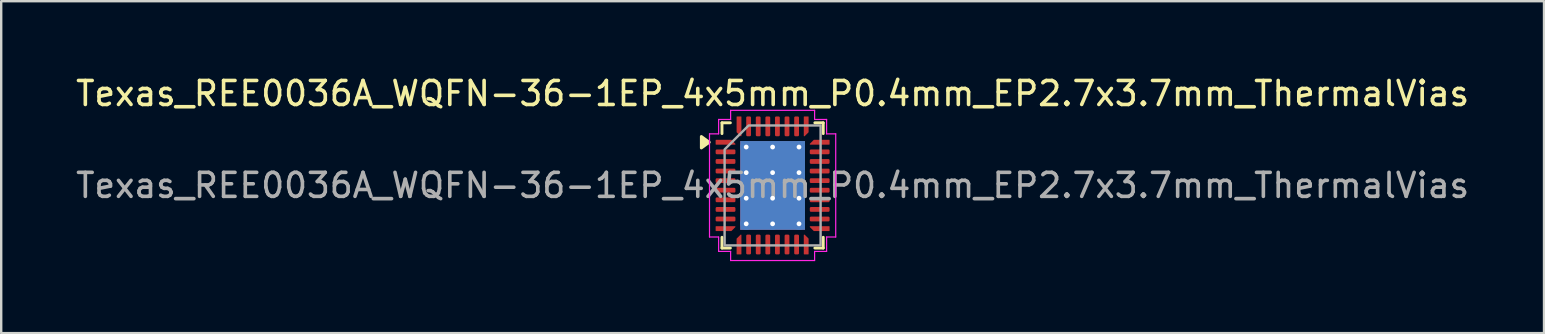
<source format=kicad_pcb>
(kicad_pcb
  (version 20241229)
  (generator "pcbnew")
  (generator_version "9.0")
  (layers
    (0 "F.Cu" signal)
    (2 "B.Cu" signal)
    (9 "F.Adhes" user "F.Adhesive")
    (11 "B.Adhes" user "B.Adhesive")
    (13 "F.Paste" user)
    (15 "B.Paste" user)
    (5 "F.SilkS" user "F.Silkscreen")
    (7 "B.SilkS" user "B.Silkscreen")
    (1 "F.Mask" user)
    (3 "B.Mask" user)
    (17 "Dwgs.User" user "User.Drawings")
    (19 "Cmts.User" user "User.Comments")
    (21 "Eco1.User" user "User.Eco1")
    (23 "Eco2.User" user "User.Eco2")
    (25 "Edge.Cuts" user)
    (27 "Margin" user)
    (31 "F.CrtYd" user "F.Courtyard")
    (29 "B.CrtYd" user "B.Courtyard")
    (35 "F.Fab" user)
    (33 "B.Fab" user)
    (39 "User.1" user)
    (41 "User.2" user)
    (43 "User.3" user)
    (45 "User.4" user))
  (footprint "Texas_REE0036A_WQFN-36-1EP_4x5mm_P0.4mm_EP2.7x3.7mm_ThermalVias"
    (layer "F.Cu")
    (at 29.149 4.678)
    (property "Reference" "Texas_REE0036A_WQFN-36-1EP_4x5mm_P0.4mm_EP2.7x3.7mm_ThermalVias" (at 0 -3.83 0) (layer "F.SilkS") (effects (font (size 1 1) (thickness 0.15))))
    (attr smd)
    (fp_line (start -2.11 -2.61) (end -1.76 -2.61) (stroke (width 0.12) (type solid)) (layer "F.SilkS"))
    (fp_line (start -2.11 -2.16) (end -2.11 -2.61) (stroke (width 0.12) (type solid)) (layer "F.SilkS"))
    (fp_line (start -2.11 2.61) (end -2.11 2.16) (stroke (width 0.12) (type solid)) (layer "F.SilkS"))
    (fp_line (start -1.76 2.61) (end -2.11 2.61) (stroke (width 0.12) (type solid)) (layer "F.SilkS"))
    (fp_line (start 1.76 -2.61) (end 2.11 -2.61) (stroke (width 0.12) (type solid)) (layer "F.SilkS"))
    (fp_line (start 2.11 -2.61) (end 2.11 -2.16) (stroke (width 0.12) (type solid)) (layer "F.SilkS"))
    (fp_line (start 2.11 2.16) (end 2.11 2.61) (stroke (width 0.12) (type solid)) (layer "F.SilkS"))
    (fp_line (start 2.11 2.61) (end 1.76 2.61) (stroke (width 0.12) (type solid)) (layer "F.SilkS"))
    (fp_poly (pts (xy -2.64 -1.8) (xy -2.97 -1.56) (xy -2.97 -2.04)) (stroke (width 0.12) (type solid)) (fill yes) (layer "F.SilkS"))
    (fp_line (start -2.63 -2.15) (end -2.25 -2.15) (stroke (width 0.05) (type solid)) (layer "F.CrtYd"))
    (fp_line (start -2.63 2.15) (end -2.63 -2.15) (stroke (width 0.05) (type solid)) (layer "F.CrtYd"))
    (fp_line (start -2.25 -2.75) (end -1.75 -2.75) (stroke (width 0.05) (type solid)) (layer "F.CrtYd"))
    (fp_line (start -2.25 -2.15) (end -2.25 -2.75) (stroke (width 0.05) (type solid)) (layer "F.CrtYd"))
    (fp_line (start -2.25 2.15) (end -2.63 2.15) (stroke (width 0.05) (type solid)) (layer "F.CrtYd"))
    (fp_line (start -2.25 2.75) (end -2.25 2.15) (stroke (width 0.05) (type solid)) (layer "F.CrtYd"))
    (fp_line (start -1.75 -3.13) (end 1.75 -3.13) (stroke (width 0.05) (type solid)) (layer "F.CrtYd"))
    (fp_line (start -1.75 -2.75) (end -1.75 -3.13) (stroke (width 0.05) (type solid)) (layer "F.CrtYd"))
    (fp_line (start -1.75 2.75) (end -2.25 2.75) (stroke (width 0.05) (type solid)) (layer "F.CrtYd"))
    (fp_line (start -1.75 3.13) (end -1.75 2.75) (stroke (width 0.05) (type solid)) (layer "F.CrtYd"))
    (fp_line (start 1.75 -3.13) (end 1.75 -2.75) (stroke (width 0.05) (type solid)) (layer "F.CrtYd"))
    (fp_line (start 1.75 -2.75) (end 2.25 -2.75) (stroke (width 0.05) (type solid)) (layer "F.CrtYd"))
    (fp_line (start 1.75 2.75) (end 1.75 3.13) (stroke (width 0.05) (type solid)) (layer "F.CrtYd"))
    (fp_line (start 1.75 3.13) (end -1.75 3.13) (stroke (width 0.05) (type solid)) (layer "F.CrtYd"))
    (fp_line (start 2.25 -2.75) (end 2.25 -2.15) (stroke (width 0.05) (type solid)) (layer "F.CrtYd"))
    (fp_line (start 2.25 -2.15) (end 2.63 -2.15) (stroke (width 0.05) (type solid)) (layer "F.CrtYd"))
    (fp_line (start 2.25 2.15) (end 2.25 2.75) (stroke (width 0.05) (type solid)) (layer "F.CrtYd"))
    (fp_line (start 2.25 2.75) (end 1.75 2.75) (stroke (width 0.05) (type solid)) (layer "F.CrtYd"))
    (fp_line (start 2.63 -2.15) (end 2.63 2.15) (stroke (width 0.05) (type solid)) (layer "F.CrtYd"))
    (fp_line (start 2.63 2.15) (end 2.25 2.15) (stroke (width 0.05) (type solid)) (layer "F.CrtYd"))
    (fp_poly (pts (xy -1 -2.5) (xy 2 -2.5) (xy 2 2.5) (xy -2 2.5) (xy -2 -1.5)) (stroke (width 0.1) (type solid)) (fill no) (layer "F.Fab"))
    (fp_text user "${REFERENCE}" (at 0 0 0) (layer "F.Fab") (effects (font (size 1 1) (thickness 0.15))))
    (pad "" smd roundrect (at -0.675 -1.23) (size 1.17 1.07) (layers "F.Paste") (roundrect_rratio 0.234))
    (pad "" smd roundrect (at -0.675 0) (size 1.17 1.07) (layers "F.Paste") (roundrect_rratio 0.234))
    (pad "" smd roundrect (at -0.675 1.23) (size 1.17 1.07) (layers "F.Paste") (roundrect_rratio 0.234))
    (pad "" smd roundrect (at 0.675 -1.23) (size 1.17 1.07) (layers "F.Paste") (roundrect_rratio 0.234))
    (pad "" smd roundrect (at 0.675 0) (size 1.17 1.07) (layers "F.Paste") (roundrect_rratio 0.234))
    (pad "" smd roundrect (at 0.675 1.23) (size 1.17 1.07) (layers "F.Paste") (roundrect_rratio 0.234))
    (pad "1" smd custom (at -1.962 -1.8) (size 0.082 0.082) (layers "F.Cu" "F.Mask" "F.Paste") (options (anchor circle)) (primitives (gr_poly (pts (xy -0.396 -0.084) (xy 0.239 -0.084) (xy 0.396 0.074) (xy 0.396 0.084) (xy -0.396 0.084)) (width 0.033) (fill yes))))
    (pad "2" smd roundrect (at -1.962 -1.4) (size 0.825 0.2) (layers "F.Cu" "F.Mask" "F.Paste") (roundrect_rratio 0.25))
    (pad "3" smd roundrect (at -1.962 -1) (size 0.825 0.2) (layers "F.Cu" "F.Mask" "F.Paste") (roundrect_rratio 0.25))
    (pad "4" smd roundrect (at -1.962 -0.6) (size 0.825 0.2) (layers "F.Cu" "F.Mask" "F.Paste") (roundrect_rratio 0.25))
    (pad "5" smd roundrect (at -1.962 -0.2) (size 0.825 0.2) (layers "F.Cu" "F.Mask" "F.Paste") (roundrect_rratio 0.25))
    (pad "6" smd roundrect (at -1.962 0.2) (size 0.825 0.2) (layers "F.Cu" "F.Mask" "F.Paste") (roundrect_rratio 0.25))
    (pad "7" smd roundrect (at -1.962 0.6) (size 0.825 0.2) (layers "F.Cu" "F.Mask" "F.Paste") (roundrect_rratio 0.25))
    (pad "8" smd roundrect (at -1.962 1) (size 0.825 0.2) (layers "F.Cu" "F.Mask" "F.Paste") (roundrect_rratio 0.25))
    (pad "9" smd roundrect (at -1.962 1.4) (size 0.825 0.2) (layers "F.Cu" "F.Mask" "F.Paste") (roundrect_rratio 0.25))
    (pad "10" smd custom (at -1.962 1.8) (size 0.082 0.082) (layers "F.Cu" "F.Mask" "F.Paste") (options (anchor circle)) (primitives (gr_poly (pts (xy -0.396 -0.084) (xy 0.396 -0.084) (xy 0.396 -0.074) (xy 0.239 0.084) (xy -0.396 0.084)) (width 0.033) (fill yes))))
    (pad "11" smd custom (at -1.4 2.462) (size 0.082 0.082) (layers "F.Cu" "F.Mask" "F.Paste") (options (anchor circle)) (primitives (gr_poly (pts (xy -0.084 -0.239) (xy 0.074 -0.396) (xy 0.084 -0.396) (xy 0.084 0.396) (xy -0.084 0.396)) (width 0.033) (fill yes))))
    (pad "12" smd roundrect (at -1 2.462) (size 0.2 0.825) (layers "F.Cu" "F.Mask" "F.Paste") (roundrect_rratio 0.25))
    (pad "13" smd roundrect (at -0.6 2.462) (size 0.2 0.825) (layers "F.Cu" "F.Mask" "F.Paste") (roundrect_rratio 0.25))
    (pad "14" smd roundrect (at -0.2 2.462) (size 0.2 0.825) (layers "F.Cu" "F.Mask" "F.Paste") (roundrect_rratio 0.25))
    (pad "15" smd roundrect (at 0.2 2.462) (size 0.2 0.825) (layers "F.Cu" "F.Mask" "F.Paste") (roundrect_rratio 0.25))
    (pad "16" smd roundrect (at 0.6 2.462) (size 0.2 0.825) (layers "F.Cu" "F.Mask" "F.Paste") (roundrect_rratio 0.25))
    (pad "17" smd roundrect (at 1 2.462) (size 0.2 0.825) (layers "F.Cu" "F.Mask" "F.Paste") (roundrect_rratio 0.25))
    (pad "18" smd custom (at 1.4 2.462) (size 0.082 0.082) (layers "F.Cu" "F.Mask" "F.Paste") (options (anchor circle)) (primitives (gr_poly (pts (xy -0.084 -0.396) (xy -0.074 -0.396) (xy 0.084 -0.239) (xy 0.084 0.396) (xy -0.084 0.396)) (width 0.033) (fill yes))))
    (pad "19" smd custom (at 1.962 1.8) (size 0.082 0.082) (layers "F.Cu" "F.Mask" "F.Paste") (options (anchor circle)) (primitives (gr_poly (pts (xy -0.396 -0.084) (xy 0.396 -0.084) (xy 0.396 0.084) (xy -0.239 0.084) (xy -0.396 -0.074)) (width 0.033) (fill yes))))
    (pad "20" smd roundrect (at 1.962 1.4) (size 0.825 0.2) (layers "F.Cu" "F.Mask" "F.Paste") (roundrect_rratio 0.25))
    (pad "21" smd roundrect (at 1.962 1) (size 0.825 0.2) (layers "F.Cu" "F.Mask" "F.Paste") (roundrect_rratio 0.25))
    (pad "22" smd roundrect (at 1.962 0.6) (size 0.825 0.2) (layers "F.Cu" "F.Mask" "F.Paste") (roundrect_rratio 0.25))
    (pad "23" smd roundrect (at 1.962 0.2) (size 0.825 0.2) (layers "F.Cu" "F.Mask" "F.Paste") (roundrect_rratio 0.25))
    (pad "24" smd roundrect (at 1.962 -0.2) (size 0.825 0.2) (layers "F.Cu" "F.Mask" "F.Paste") (roundrect_rratio 0.25))
    (pad "25" smd roundrect (at 1.962 -0.6) (size 0.825 0.2) (layers "F.Cu" "F.Mask" "F.Paste") (roundrect_rratio 0.25))
    (pad "26" smd roundrect (at 1.962 -1) (size 0.825 0.2) (layers "F.Cu" "F.Mask" "F.Paste") (roundrect_rratio 0.25))
    (pad "27" smd roundrect (at 1.962 -1.4) (size 0.825 0.2) (layers "F.Cu" "F.Mask" "F.Paste") (roundrect_rratio 0.25))
    (pad "28" smd custom (at 1.962 -1.8) (size 0.082 0.082) (layers "F.Cu" "F.Mask" "F.Paste") (options (anchor circle)) (primitives (gr_poly (pts (xy -0.396 0.074) (xy -0.239 -0.084) (xy 0.396 -0.084) (xy 0.396 0.084) (xy -0.396 0.084)) (width 0.033) (fill yes))))
    (pad "29" smd custom (at 1.4 -2.462) (size 0.082 0.082) (layers "F.Cu" "F.Mask" "F.Paste") (options (anchor circle)) (primitives (gr_poly (pts (xy -0.084 -0.396) (xy 0.084 -0.396) (xy 0.084 0.239) (xy -0.074 0.396) (xy -0.084 0.396)) (width 0.033) (fill yes))))
    (pad "30" smd roundrect (at 1 -2.462) (size 0.2 0.825) (layers "F.Cu" "F.Mask" "F.Paste") (roundrect_rratio 0.25))
    (pad "31" smd roundrect (at 0.6 -2.462) (size 0.2 0.825) (layers "F.Cu" "F.Mask" "F.Paste") (roundrect_rratio 0.25))
    (pad "32" smd roundrect (at 0.2 -2.462) (size 0.2 0.825) (layers "F.Cu" "F.Mask" "F.Paste") (roundrect_rratio 0.25))
    (pad "33" smd roundrect (at -0.2 -2.462) (size 0.2 0.825) (layers "F.Cu" "F.Mask" "F.Paste") (roundrect_rratio 0.25))
    (pad "34" smd roundrect (at -0.6 -2.462) (size 0.2 0.825) (layers "F.Cu" "F.Mask" "F.Paste") (roundrect_rratio 0.25))
    (pad "35" smd roundrect (at -1 -2.462) (size 0.2 0.825) (layers "F.Cu" "F.Mask" "F.Paste") (roundrect_rratio 0.25))
    (pad "36" smd custom (at -1.4 -2.462) (size 0.082 0.082) (layers "F.Cu" "F.Mask" "F.Paste") (options (anchor circle)) (primitives (gr_poly (pts (xy -0.084 -0.396) (xy 0.084 -0.396) (xy 0.084 0.396) (xy 0.074 0.396) (xy -0.084 0.239)) (width 0.033) (fill yes))))
    (pad "37" thru_hole circle (at -1.1 -1.6) (size 0.5 0.5) (drill 0.2) (property pad_prop_heatsink) (layers "*.Cu"))
    (pad "37" thru_hole circle (at -1.1 -0.533) (size 0.5 0.5) (drill 0.2) (property pad_prop_heatsink) (layers "*.Cu"))
    (pad "37" thru_hole circle (at -1.1 0.533) (size 0.5 0.5) (drill 0.2) (property pad_prop_heatsink) (layers "*.Cu"))
    (pad "37" thru_hole circle (at -1.1 1.6) (size 0.5 0.5) (drill 0.2) (property pad_prop_heatsink) (layers "*.Cu"))
    (pad "37" thru_hole circle (at 0 -1.6) (size 0.5 0.5) (drill 0.2) (property pad_prop_heatsink) (layers "*.Cu"))
    (pad "37" thru_hole circle (at 0 -0.533) (size 0.5 0.5) (drill 0.2) (property pad_prop_heatsink) (layers "*.Cu"))
    (pad "37" smd rect (at 0 0) (size 2.7 3.7) (property pad_prop_heatsink) (layers "F.Cu" "F.Mask"))
    (pad "37" smd rect (at 0 0) (size 2.7 3.7) (property pad_prop_heatsink) (layers "B.Cu"))
    (pad "37" thru_hole circle (at 0 0.533) (size 0.5 0.5) (drill 0.2) (property pad_prop_heatsink) (layers "*.Cu"))
    (pad "37" thru_hole circle (at 0 1.6) (size 0.5 0.5) (drill 0.2) (property pad_prop_heatsink) (layers "*.Cu"))
    (pad "37" thru_hole circle (at 1.1 -1.6) (size 0.5 0.5) (drill 0.2) (property pad_prop_heatsink) (layers "*.Cu"))
    (pad "37" thru_hole circle (at 1.1 -0.533) (size 0.5 0.5) (drill 0.2) (property pad_prop_heatsink) (layers "*.Cu"))
    (pad "37" thru_hole circle (at 1.1 0.533) (size 0.5 0.5) (drill 0.2) (property pad_prop_heatsink) (layers "*.Cu"))
    (pad "37" thru_hole circle (at 1.1 1.6) (size 0.5 0.5) (drill 0.2) (property pad_prop_heatsink) (layers "*.Cu")))
  (gr_rect
    (start -3 -3)
    (end 61.298 10.833)
    (stroke (width 0.1) (type default))
    (fill no)
    (layer "Edge.Cuts")))
</source>
